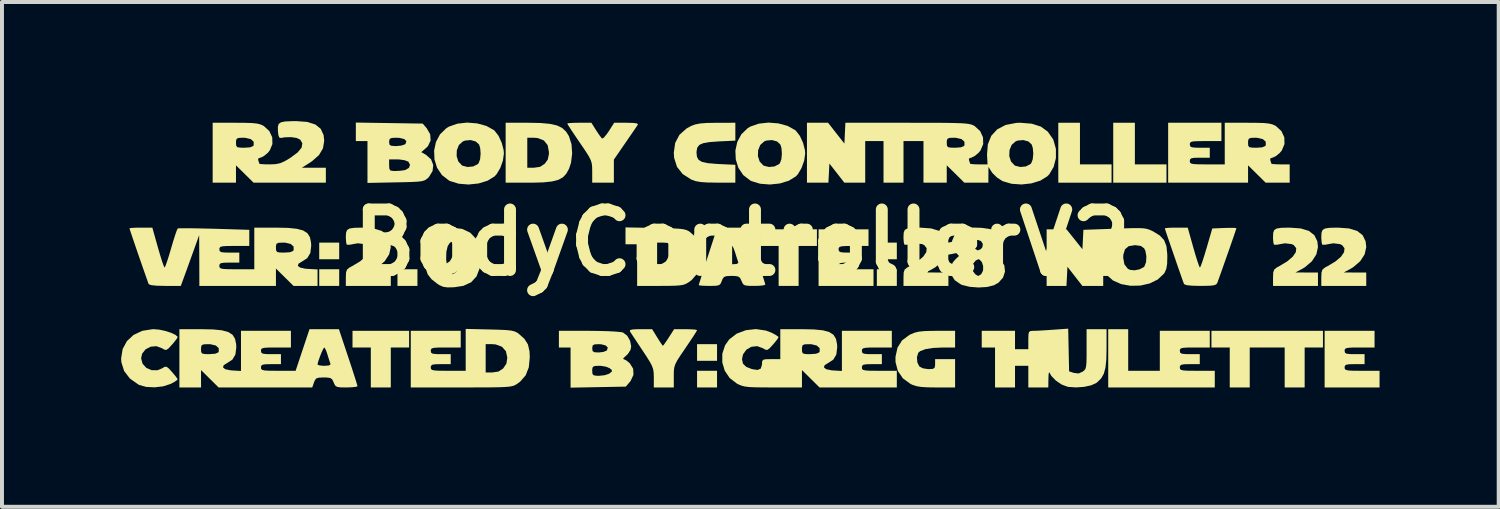
<source format=kicad_pcb>
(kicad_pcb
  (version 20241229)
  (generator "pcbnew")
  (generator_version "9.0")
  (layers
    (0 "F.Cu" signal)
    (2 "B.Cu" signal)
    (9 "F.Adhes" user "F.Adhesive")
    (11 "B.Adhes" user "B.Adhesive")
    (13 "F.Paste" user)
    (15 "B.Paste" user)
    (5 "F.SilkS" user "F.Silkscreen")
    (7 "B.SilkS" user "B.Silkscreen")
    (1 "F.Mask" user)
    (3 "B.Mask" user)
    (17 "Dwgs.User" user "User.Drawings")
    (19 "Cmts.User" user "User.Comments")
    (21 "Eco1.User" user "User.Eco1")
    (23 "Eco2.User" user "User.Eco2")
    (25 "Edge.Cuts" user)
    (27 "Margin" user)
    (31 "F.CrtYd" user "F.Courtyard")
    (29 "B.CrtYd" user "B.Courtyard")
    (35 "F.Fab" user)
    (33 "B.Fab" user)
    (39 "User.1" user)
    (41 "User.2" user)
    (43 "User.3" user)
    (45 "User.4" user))
  (footprint "BodyControllerV2"
    (layer "F.Cu")
    (at 15.634 3.059)
    (property "Reference" "BodyControllerV2" (at 0 0 0) (layer "F.SilkS") (effects (font (size 1.524 1.524) (thickness 0.3))))
    (attr board_only exclude_from_pos_files exclude_from_bom)
    (fp_poly (pts (xy -10.143 0.419) (xy -10.646 0.419) (xy -10.646 0) (xy -10.143 0)) (stroke (width 0) (type solid)) (fill yes) (layer "F.SilkS"))
    (fp_poly (pts (xy -10.143 1.09) (xy -10.646 1.09) (xy -10.646 0.671) (xy -10.143 0.671)) (stroke (width 0) (type solid)) (fill yes) (layer "F.SilkS"))
    (fp_poly (pts (xy -8.173 1.09) (xy -8.676 1.09) (xy -8.676 0.671) (xy -8.173 0.671)) (stroke (width 0) (type solid)) (fill yes) (layer "F.SilkS"))
    (fp_poly (pts (xy -0.629 2.976) (xy -1.132 2.976) (xy -1.132 2.557) (xy -0.629 2.557)) (stroke (width 0) (type solid)) (fill yes) (layer "F.SilkS"))
    (fp_poly (pts (xy -0.629 3.647) (xy -1.132 3.647) (xy -1.132 3.227) (xy -0.629 3.227)) (stroke (width 0) (type solid)) (fill yes) (layer "F.SilkS"))
    (fp_poly (pts (xy 3.898 0.419) (xy 3.395 0.419) (xy 3.395 0) (xy 3.898 0)) (stroke (width 0) (type solid)) (fill yes) (layer "F.SilkS"))
    (fp_poly (pts (xy 3.898 1.09) (xy 3.395 1.09) (xy 3.395 0.671) (xy 3.898 0.671)) (stroke (width 0) (type solid)) (fill yes) (layer "F.SilkS"))
    (fp_poly (pts (xy 8.509 -1.97) (xy 9.305 -1.97) (xy 9.305 -1.509) (xy 7.964 -1.509) (xy 7.964 -3.018) (xy 8.509 -3.018)) (stroke (width 0) (type solid)) (fill yes) (layer "F.SilkS"))
    (fp_poly (pts (xy 9.892 -1.97) (xy 10.688 -1.97) (xy 10.688 -1.509) (xy 9.347 -1.509) (xy 9.347 -3.018) (xy 9.892 -3.018)) (stroke (width 0) (type solid)) (fill yes) (layer "F.SilkS"))
    (fp_poly (pts (xy -8.383 2.641) (xy -8.844 2.641) (xy -8.844 3.647) (xy -9.347 3.647) (xy -9.347 2.641) (xy -9.808 2.641) (xy -9.808 2.221) (xy -8.383 2.221)) (stroke (width 0) (type solid)) (fill yes) (layer "F.SilkS"))
    (fp_poly (pts (xy 1.886 0.084) (xy 1.425 0.084) (xy 1.425 1.09) (xy 0.922 1.09) (xy 0.922 0.084) (xy 0.461 0.084) (xy 0.461 -0.335) (xy 1.886 -0.335)) (stroke (width 0) (type solid)) (fill yes) (layer "F.SilkS"))
    (fp_poly (pts (xy 14.628 2.641) (xy 14.167 2.641) (xy 14.167 3.647) (xy 13.664 3.647) (xy 13.664 2.641) (xy 12.784 2.641) (xy 12.784 3.647) (xy 12.281 3.647) (xy 12.281 2.641) (xy 11.82 2.641) (xy 11.82 2.221) (xy 14.628 2.221)) (stroke (width 0) (type solid)) (fill yes) (layer "F.SilkS"))
    (fp_poly (pts (xy 3.185 0.084) (xy 2.808 0.084) (xy 2.629 0.085) (xy 2.518 0.092) (xy 2.458 0.107) (xy 2.435 0.135) (xy 2.431 0.168) (xy 2.44 0.214) (xy 2.481 0.24) (xy 2.571 0.25) (xy 2.683 0.251) (xy 2.934 0.251) (xy 2.934 0.503) (xy 2.683 0.503) (xy 2.542 0.506) (xy 2.466 0.519) (xy 2.436 0.55) (xy 2.431 0.587) (xy 2.437 0.624) (xy 2.463 0.648) (xy 2.525 0.662) (xy 2.638 0.669) (xy 2.816 0.671) (xy 2.871 0.671) (xy 3.311 0.671) (xy 3.311 1.09) (xy 1.928 1.09) (xy 1.928 -0.335) (xy 3.185 -0.335)) (stroke (width 0) (type solid)) (fill yes) (layer "F.SilkS"))
    (fp_poly (pts (xy 15.927 2.641) (xy 15.55 2.641) (xy 15.371 2.642) (xy 15.26 2.649) (xy 15.2 2.664) (xy 15.177 2.691) (xy 15.173 2.724) (xy 15.182 2.771) (xy 15.222 2.797) (xy 15.313 2.807) (xy 15.424 2.808) (xy 15.676 2.808) (xy 15.676 3.06) (xy 15.424 3.06) (xy 15.284 3.063) (xy 15.208 3.076) (xy 15.178 3.106) (xy 15.173 3.144) (xy 15.178 3.181) (xy 15.205 3.205) (xy 15.267 3.219) (xy 15.38 3.226) (xy 15.558 3.227) (xy 15.613 3.227) (xy 16.053 3.227) (xy 16.053 3.647) (xy 14.67 3.647) (xy 14.67 2.221) (xy 15.927 2.221)) (stroke (width 0) (type solid)) (fill yes) (layer "F.SilkS"))
    (fp_poly (pts (xy 9.724 3.227) (xy 10.52 3.227) (xy 10.52 2.221) (xy 11.778 2.221) (xy 11.778 2.641) (xy 11.401 2.641) (xy 11.221 2.642) (xy 11.11 2.649) (xy 11.051 2.664) (xy 11.027 2.691) (xy 11.023 2.724) (xy 11.033 2.771) (xy 11.073 2.797) (xy 11.164 2.807) (xy 11.275 2.808) (xy 11.526 2.808) (xy 11.526 3.06) (xy 11.275 3.06) (xy 11.134 3.063) (xy 11.059 3.076) (xy 11.028 3.106) (xy 11.023 3.144) (xy 11.029 3.181) (xy 11.055 3.205) (xy 11.118 3.219) (xy 11.23 3.226) (xy 11.408 3.227) (xy 11.464 3.227) (xy 11.904 3.227) (xy 11.904 3.647) (xy 9.221 3.647) (xy 9.221 2.18) (xy 9.724 2.18)) (stroke (width 0) (type solid)) (fill yes) (layer "F.SilkS"))
    (fp_poly (pts (xy -5.072 -3.012) (xy -4.836 -2.99) (xy -4.659 -2.95) (xy -4.528 -2.886) (xy -4.43 -2.795) (xy -4.358 -2.68) (xy -4.294 -2.48) (xy -4.277 -2.246) (xy -4.306 -2.01) (xy -4.357 -1.857) (xy -4.425 -1.735) (xy -4.51 -1.644) (xy -4.626 -1.58) (xy -4.785 -1.54) (xy -4.998 -1.517) (xy -5.279 -1.509) (xy -5.363 -1.509) (xy -5.952 -1.509) (xy -5.952 -1.886) (xy -5.407 -1.886) (xy -5.237 -1.886) (xy -5.085 -1.908) (xy -4.969 -1.985) (xy -4.965 -1.989) (xy -4.892 -2.09) (xy -4.864 -2.218) (xy -4.862 -2.279) (xy -4.894 -2.453) (xy -4.989 -2.572) (xy -5.144 -2.633) (xy -5.245 -2.641) (xy -5.407 -2.641) (xy -5.407 -1.886) (xy -5.952 -1.886) (xy -5.952 -3.018) (xy -5.378 -3.018)) (stroke (width 0) (type solid)) (fill yes) (layer "F.SilkS"))
    (fp_poly (pts (xy -0.168 -2.568) (xy -0.59 -2.548) (xy -0.818 -2.531) (xy -0.976 -2.504) (xy -1.075 -2.46) (xy -1.127 -2.392) (xy -1.145 -2.295) (xy -1.146 -2.263) (xy -1.134 -2.157) (xy -1.092 -2.082) (xy -1.007 -2.032) (xy -0.866 -2.001) (xy -0.657 -1.983) (xy -0.59 -1.979) (xy -0.168 -1.959) (xy -0.168 -1.509) (xy -0.639 -1.51) (xy -0.873 -1.514) (xy -1.044 -1.526) (xy -1.171 -1.549) (xy -1.273 -1.586) (xy -1.278 -1.588) (xy -1.494 -1.726) (xy -1.637 -1.907) (xy -1.709 -2.132) (xy -1.718 -2.263) (xy -1.683 -2.511) (xy -1.576 -2.714) (xy -1.397 -2.874) (xy -1.278 -2.939) (xy -1.177 -2.976) (xy -1.052 -3) (xy -0.884 -3.013) (xy -0.653 -3.017) (xy -0.639 -3.017) (xy -0.168 -3.018)) (stroke (width 0) (type solid)) (fill yes) (layer "F.SilkS"))
    (fp_poly (pts (xy -2.741 -3.014) (xy -2.649 -3.002) (xy -2.621 -2.98) (xy -2.625 -2.968) (xy -2.66 -2.915) (xy -2.732 -2.809) (xy -2.831 -2.665) (xy -2.942 -2.504) (xy -3.227 -2.09) (xy -3.227 -1.509) (xy -3.772 -1.509) (xy -3.772 -1.786) (xy -3.774 -1.9) (xy -3.783 -1.99) (xy -3.807 -2.073) (xy -3.854 -2.168) (xy -3.932 -2.292) (xy -4.047 -2.462) (xy -4.087 -2.52) (xy -4.203 -2.691) (xy -4.3 -2.836) (xy -4.368 -2.942) (xy -4.4 -2.995) (xy -4.401 -2.998) (xy -4.363 -3.008) (xy -4.261 -3.015) (xy -4.118 -3.018) (xy -4.097 -3.018) (xy -3.793 -3.018) (xy -3.674 -2.829) (xy -3.601 -2.719) (xy -3.543 -2.641) (xy -3.521 -2.62) (xy -3.483 -2.641) (xy -3.417 -2.717) (xy -3.353 -2.808) (xy -3.219 -3.018) (xy -2.906 -3.018)) (stroke (width 0) (type solid)) (fill yes) (layer "F.SilkS"))
    (fp_poly (pts (xy -9.277 -0.357) (xy -9.072 -0.294) (xy -8.934 -0.186) (xy -8.86 -0.032) (xy -8.844 0.113) (xy -8.884 0.295) (xy -8.997 0.469) (xy -9.171 0.619) (xy -9.259 0.671) (xy -9.41 0.751) (xy -9.127 0.753) (xy -8.844 0.754) (xy -8.844 1.09) (xy -9.976 1.09) (xy -9.976 0.881) (xy -9.971 0.754) (xy -9.947 0.68) (xy -9.885 0.628) (xy -9.814 0.59) (xy -9.617 0.472) (xy -9.478 0.353) (xy -9.402 0.24) (xy -9.391 0.141) (xy -9.452 0.064) (xy -9.503 0.038) (xy -9.671 0.017) (xy -9.774 0.034) (xy -9.879 0.054) (xy -9.946 0.054) (xy -9.953 0.051) (xy -9.967 -0.002) (xy -9.975 -0.106) (xy -9.976 -0.149) (xy -9.97 -0.252) (xy -9.943 -0.319) (xy -9.879 -0.356) (xy -9.764 -0.373) (xy -9.582 -0.377) (xy -9.552 -0.377)) (stroke (width 0) (type solid)) (fill yes) (layer "F.SilkS"))
    (fp_poly (pts (xy 4.765 -0.357) (xy 4.97 -0.294) (xy 5.107 -0.186) (xy 5.182 -0.032) (xy 5.197 0.113) (xy 5.157 0.295) (xy 5.045 0.469) (xy 4.87 0.619) (xy 4.782 0.671) (xy 4.632 0.751) (xy 4.914 0.753) (xy 5.197 0.754) (xy 5.197 1.09) (xy 4.066 1.09) (xy 4.066 0.881) (xy 4.07 0.754) (xy 4.095 0.68) (xy 4.157 0.628) (xy 4.228 0.59) (xy 4.424 0.472) (xy 4.563 0.353) (xy 4.64 0.24) (xy 4.65 0.141) (xy 4.589 0.064) (xy 4.538 0.038) (xy 4.37 0.017) (xy 4.268 0.034) (xy 4.162 0.054) (xy 4.095 0.054) (xy 4.089 0.051) (xy 4.074 -0.002) (xy 4.066 -0.106) (xy 4.066 -0.149) (xy 4.071 -0.252) (xy 4.098 -0.319) (xy 4.162 -0.356) (xy 4.277 -0.373) (xy 4.459 -0.377) (xy 4.49 -0.377)) (stroke (width 0) (type solid)) (fill yes) (layer "F.SilkS"))
    (fp_poly (pts (xy 14.07 -0.357) (xy 14.275 -0.294) (xy 14.412 -0.186) (xy 14.487 -0.032) (xy 14.502 0.113) (xy 14.462 0.295) (xy 14.35 0.469) (xy 14.175 0.619) (xy 14.087 0.671) (xy 13.936 0.751) (xy 14.219 0.753) (xy 14.502 0.754) (xy 14.502 1.09) (xy 13.371 1.09) (xy 13.371 0.881) (xy 13.375 0.754) (xy 13.4 0.68) (xy 13.462 0.628) (xy 13.533 0.59) (xy 13.729 0.472) (xy 13.868 0.353) (xy 13.945 0.24) (xy 13.955 0.141) (xy 13.894 0.064) (xy 13.843 0.038) (xy 13.675 0.017) (xy 13.573 0.034) (xy 13.467 0.054) (xy 13.4 0.054) (xy 13.394 0.051) (xy 13.379 -0.002) (xy 13.371 -0.106) (xy 13.371 -0.149) (xy 13.376 -0.252) (xy 13.403 -0.319) (xy 13.467 -0.356) (xy 13.582 -0.373) (xy 13.764 -0.377) (xy 13.795 -0.377)) (stroke (width 0) (type solid)) (fill yes) (layer "F.SilkS"))
    (fp_poly (pts (xy 15.285 -0.357) (xy 15.49 -0.294) (xy 15.628 -0.186) (xy 15.702 -0.032) (xy 15.718 0.113) (xy 15.678 0.295) (xy 15.565 0.469) (xy 15.39 0.619) (xy 15.303 0.671) (xy 15.152 0.751) (xy 15.435 0.753) (xy 15.718 0.754) (xy 15.718 1.09) (xy 14.586 1.09) (xy 14.586 0.881) (xy 14.591 0.754) (xy 14.615 0.68) (xy 14.677 0.628) (xy 14.748 0.59) (xy 14.945 0.472) (xy 15.084 0.353) (xy 15.16 0.24) (xy 15.17 0.141) (xy 15.11 0.064) (xy 15.058 0.038) (xy 14.89 0.017) (xy 14.788 0.034) (xy 14.682 0.054) (xy 14.616 0.054) (xy 14.609 0.051) (xy 14.595 -0.002) (xy 14.587 -0.106) (xy 14.586 -0.149) (xy 14.592 -0.252) (xy 14.619 -0.319) (xy 14.682 -0.356) (xy 14.798 -0.373) (xy 14.979 -0.377) (xy 15.01 -0.377)) (stroke (width 0) (type solid)) (fill yes) (layer "F.SilkS"))
    (fp_poly (pts (xy 5.365 2.641) (xy 5.061 2.641) (xy 4.813 2.652) (xy 4.617 2.683) (xy 4.485 2.733) (xy 4.436 2.776) (xy 4.404 2.888) (xy 4.415 3.018) (xy 4.466 3.119) (xy 4.467 3.12) (xy 4.554 3.165) (xy 4.682 3.185) (xy 4.697 3.185) (xy 4.804 3.18) (xy 4.85 3.152) (xy 4.862 3.083) (xy 4.862 3.06) (xy 4.862 2.934) (xy 5.365 2.934) (xy 5.365 3.647) (xy 4.893 3.647) (xy 4.672 3.644) (xy 4.513 3.634) (xy 4.395 3.615) (xy 4.297 3.583) (xy 4.243 3.558) (xy 4.051 3.419) (xy 3.923 3.231) (xy 3.865 3.006) (xy 3.864 2.876) (xy 3.916 2.643) (xy 4.03 2.462) (xy 4.213 2.326) (xy 4.247 2.309) (xy 4.345 2.268) (xy 4.452 2.242) (xy 4.59 2.228) (xy 4.781 2.222) (xy 4.896 2.221) (xy 5.365 2.221)) (stroke (width 0) (type solid)) (fill yes) (layer "F.SilkS"))
    (fp_poly (pts (xy -2.182 -0.369) (xy -1.91 -0.364) (xy -1.709 -0.357) (xy -1.565 -0.348) (xy -1.464 -0.334) (xy -1.395 -0.315) (xy -1.342 -0.289) (xy -1.315 -0.27) (xy -1.164 -0.136) (xy -1.074 0.005) (xy -1.033 0.179) (xy -1.027 0.328) (xy -1.051 0.583) (xy -1.13 0.783) (xy -1.268 0.942) (xy -1.339 0.995) (xy -1.402 1.033) (xy -1.469 1.06) (xy -1.557 1.076) (xy -1.682 1.085) (xy -1.861 1.089) (xy -2.06 1.09) (xy -2.641 1.09) (xy -2.641 0.713) (xy -2.138 0.713) (xy -1.968 0.713) (xy -1.816 0.69) (xy -1.7 0.614) (xy -1.696 0.61) (xy -1.616 0.491) (xy -1.593 0.34) (xy -1.628 0.178) (xy -1.728 0.065) (xy -1.886 0.007) (xy -1.976 0) (xy -2.138 0) (xy -2.138 0.713) (xy -2.641 0.713) (xy -2.641 0.042) (xy -2.934 0.042) (xy -2.934 -0.383)) (stroke (width 0) (type solid)) (fill yes) (layer "F.SilkS"))
    (fp_poly (pts (xy -2.134 2.389) (xy -2.063 2.501) (xy -2.011 2.577) (xy -1.992 2.599) (xy -1.964 2.566) (xy -1.906 2.483) (xy -1.844 2.389) (xy -1.71 2.18) (xy -1.421 2.18) (xy -1.277 2.183) (xy -1.174 2.191) (xy -1.132 2.203) (xy -1.132 2.204) (xy -1.154 2.246) (xy -1.215 2.343) (xy -1.306 2.48) (xy -1.417 2.644) (xy -1.425 2.656) (xy -1.547 2.835) (xy -1.63 2.964) (xy -1.68 3.062) (xy -1.707 3.148) (xy -1.717 3.24) (xy -1.718 3.358) (xy -1.718 3.647) (xy -2.221 3.647) (xy -2.221 3.394) (xy -2.224 3.284) (xy -2.236 3.194) (xy -2.266 3.105) (xy -2.322 3) (xy -2.411 2.858) (xy -2.507 2.713) (xy -2.62 2.543) (xy -2.717 2.396) (xy -2.789 2.287) (xy -2.824 2.232) (xy -2.824 2.232) (xy -2.821 2.204) (xy -2.761 2.187) (xy -2.634 2.18) (xy -2.559 2.18) (xy -2.263 2.18)) (stroke (width 0) (type solid)) (fill yes) (layer "F.SilkS"))
    (fp_poly (pts (xy -7.046 -0.345) (xy -6.842 -0.249) (xy -6.696 -0.093) (xy -6.608 0.122) (xy -6.581 0.375) (xy -6.606 0.645) (xy -6.686 0.852) (xy -6.822 0.999) (xy -7.018 1.089) (xy -7.25 1.124) (xy -7.413 1.128) (xy -7.524 1.113) (xy -7.616 1.073) (xy -7.666 1.041) (xy -7.818 0.922) (xy -7.914 0.799) (xy -7.965 0.649) (xy -7.984 0.449) (xy -7.984 0.421) (xy -7.45 0.421) (xy -7.45 0.426) (xy -7.424 0.605) (xy -7.376 0.732) (xy -7.312 0.793) (xy -7.291 0.796) (xy -7.237 0.77) (xy -7.191 0.731) (xy -7.15 0.644) (xy -7.127 0.505) (xy -7.122 0.343) (xy -7.135 0.187) (xy -7.166 0.066) (xy -7.193 0.022) (xy -7.279 -0.026) (xy -7.353 -0.001) (xy -7.411 0.089) (xy -7.445 0.232) (xy -7.45 0.421) (xy -7.984 0.421) (xy -7.985 0.377) (xy -7.98 0.194) (xy -7.964 0.071) (xy -7.93 -0.019) (xy -7.897 -0.07) (xy -7.725 -0.247) (xy -7.523 -0.348) (xy -7.304 -0.377)) (stroke (width 0) (type solid)) (fill yes) (layer "F.SilkS"))
    (fp_poly (pts (xy -14.67 2.192) (xy -14.518 2.225) (xy -14.376 2.271) (xy -14.267 2.322) (xy -14.213 2.37) (xy -14.211 2.382) (xy -14.237 2.427) (xy -14.303 2.511) (xy -14.354 2.57) (xy -14.439 2.663) (xy -14.495 2.702) (xy -14.545 2.695) (xy -14.604 2.66) (xy -14.746 2.608) (xy -14.892 2.621) (xy -15.019 2.687) (xy -15.105 2.797) (xy -15.131 2.913) (xy -15.094 3.05) (xy -14.999 3.154) (xy -14.868 3.212) (xy -14.721 3.214) (xy -14.604 3.167) (xy -14.538 3.128) (xy -14.488 3.127) (xy -14.43 3.172) (xy -14.354 3.256) (xy -14.273 3.352) (xy -14.221 3.423) (xy -14.211 3.444) (xy -14.244 3.476) (xy -14.33 3.529) (xy -14.39 3.559) (xy -14.576 3.619) (xy -14.792 3.644) (xy -15.003 3.633) (xy -15.177 3.585) (xy -15.194 3.577) (xy -15.413 3.423) (xy -15.558 3.234) (xy -15.628 3.012) (xy -15.634 2.917) (xy -15.596 2.68) (xy -15.488 2.48) (xy -15.32 2.324) (xy -15.102 2.221) (xy -14.841 2.18) (xy -14.811 2.18)) (stroke (width 0) (type solid)) (fill yes) (layer "F.SilkS"))
    (fp_poly (pts (xy -6.671 -3.002) (xy -6.439 -2.939) (xy -6.252 -2.835) (xy -6.23 -2.817) (xy -6.131 -2.689) (xy -6.05 -2.513) (xy -6.002 -2.327) (xy -5.996 -2.242) (xy -6.021 -2.064) (xy -6.087 -1.879) (xy -6.18 -1.723) (xy -6.23 -1.668) (xy -6.409 -1.558) (xy -6.636 -1.489) (xy -6.886 -1.463) (xy -7.133 -1.483) (xy -7.351 -1.55) (xy -7.379 -1.564) (xy -7.556 -1.701) (xy -7.678 -1.883) (xy -7.744 -2.094) (xy -7.747 -2.179) (xy -7.186 -2.179) (xy -7.143 -2.042) (xy -7.051 -1.944) (xy -7.039 -1.937) (xy -6.909 -1.904) (xy -6.769 -1.918) (xy -6.656 -1.975) (xy -6.633 -2) (xy -6.595 -2.099) (xy -6.582 -2.24) (xy -6.593 -2.382) (xy -6.622 -2.472) (xy -6.705 -2.547) (xy -6.832 -2.582) (xy -6.971 -2.57) (xy -7.027 -2.549) (xy -7.128 -2.459) (xy -7.181 -2.326) (xy -7.186 -2.179) (xy -7.747 -2.179) (xy -7.753 -2.316) (xy -7.707 -2.533) (xy -7.604 -2.727) (xy -7.445 -2.881) (xy -7.379 -2.921) (xy -7.167 -2.995) (xy -6.922 -3.022)) (stroke (width 0) (type solid)) (fill yes) (layer "F.SilkS"))
    (fp_poly (pts (xy 0.915 -3.002) (xy 1.147 -2.939) (xy 1.334 -2.835) (xy 1.356 -2.817) (xy 1.456 -2.689) (xy 1.537 -2.513) (xy 1.584 -2.327) (xy 1.591 -2.242) (xy 1.565 -2.064) (xy 1.499 -1.879) (xy 1.407 -1.723) (xy 1.356 -1.668) (xy 1.178 -1.558) (xy 0.951 -1.489) (xy 0.701 -1.463) (xy 0.454 -1.483) (xy 0.236 -1.55) (xy 0.208 -1.564) (xy 0.03 -1.701) (xy -0.092 -1.883) (xy -0.157 -2.094) (xy -0.161 -2.179) (xy 0.4 -2.179) (xy 0.444 -2.042) (xy 0.536 -1.944) (xy 0.548 -1.937) (xy 0.678 -1.904) (xy 0.818 -1.918) (xy 0.93 -1.975) (xy 0.954 -2) (xy 0.991 -2.099) (xy 1.004 -2.24) (xy 0.993 -2.382) (xy 0.964 -2.472) (xy 0.882 -2.547) (xy 0.755 -2.582) (xy 0.615 -2.57) (xy 0.56 -2.549) (xy 0.459 -2.459) (xy 0.406 -2.326) (xy 0.4 -2.179) (xy -0.161 -2.179) (xy -0.167 -2.316) (xy -0.12 -2.533) (xy -0.017 -2.727) (xy 0.142 -2.881) (xy 0.208 -2.921) (xy 0.42 -2.995) (xy 0.664 -3.022)) (stroke (width 0) (type solid)) (fill yes) (layer "F.SilkS"))
    (fp_poly (pts (xy 11.364 0.126) (xy 11.419 0.317) (xy 11.469 0.474) (xy 11.507 0.583) (xy 11.529 0.628) (xy 11.53 0.629) (xy 11.55 0.591) (xy 11.588 0.488) (xy 11.638 0.335) (xy 11.694 0.148) (xy 11.698 0.136) (xy 11.841 -0.356) (xy 12.145 -0.369) (xy 12.292 -0.372) (xy 12.4 -0.371) (xy 12.448 -0.364) (xy 12.449 -0.363) (xy 12.435 -0.321) (xy 12.4 -0.215) (xy 12.347 -0.061) (xy 12.283 0.124) (xy 12.212 0.326) (xy 12.141 0.528) (xy 12.075 0.715) (xy 12.019 0.871) (xy 11.98 0.98) (xy 11.966 1.016) (xy 11.941 1.051) (xy 11.888 1.073) (xy 11.791 1.085) (xy 11.634 1.089) (xy 11.542 1.09) (xy 11.332 1.085) (xy 11.199 1.072) (xy 11.135 1.048) (xy 11.127 1.037) (xy 11.093 0.944) (xy 11.042 0.799) (xy 10.979 0.619) (xy 10.91 0.418) (xy 10.839 0.212) (xy 10.772 0.017) (xy 10.714 -0.152) (xy 10.671 -0.28) (xy 10.649 -0.35) (xy 10.646 -0.359) (xy 10.685 -0.368) (xy 10.785 -0.375) (xy 10.927 -0.377) (xy 10.934 -0.377) (xy 11.223 -0.377)) (stroke (width 0) (type solid)) (fill yes) (layer "F.SilkS"))
    (fp_poly (pts (xy 8.236 3.241) (xy 8.353 3.28) (xy 8.474 3.295) (xy 8.573 3.251) (xy 8.617 3.219) (xy 8.646 3.18) (xy 8.663 3.117) (xy 8.673 3.015) (xy 8.676 2.859) (xy 8.676 2.682) (xy 8.676 2.18) (xy 9.179 2.18) (xy 9.179 2.672) (xy 9.173 2.945) (xy 9.151 3.151) (xy 9.109 3.304) (xy 9.042 3.42) (xy 8.945 3.515) (xy 8.919 3.535) (xy 8.792 3.593) (xy 8.612 3.632) (xy 8.411 3.646) (xy 8.219 3.633) (xy 8.197 3.629) (xy 8.049 3.574) (xy 7.903 3.475) (xy 7.79 3.358) (xy 7.753 3.294) (xy 7.732 3.263) (xy 7.72 3.305) (xy 7.715 3.423) (xy 7.715 3.426) (xy 7.712 3.647) (xy 7.209 3.647) (xy 7.209 3.102) (xy 6.874 3.102) (xy 6.874 3.647) (xy 6.371 3.647) (xy 6.371 2.641) (xy 6.036 2.641) (xy 6.036 2.221) (xy 6.874 2.221) (xy 6.874 2.683) (xy 7.209 2.683) (xy 7.209 2.452) (xy 7.212 2.32) (xy 7.225 2.252) (xy 7.262 2.226) (xy 7.329 2.221) (xy 7.424 2.219) (xy 7.576 2.211) (xy 7.757 2.199) (xy 7.83 2.194) (xy 8.213 2.167)) (stroke (width 0) (type solid)) (fill yes) (layer "F.SilkS"))
    (fp_poly (pts (xy 0.353 0.325) (xy 0.429 0.554) (xy 0.494 0.755) (xy 0.545 0.915) (xy 0.577 1.021) (xy 0.587 1.058) (xy 0.549 1.074) (xy 0.448 1.086) (xy 0.311 1.09) (xy 0.162 1.088) (xy 0.075 1.076) (xy 0.027 1.046) (xy -0.003 0.988) (xy -0.013 0.964) (xy -0.049 0.888) (xy -0.102 0.851) (xy -0.197 0.839) (xy -0.263 0.838) (xy -0.387 0.843) (xy -0.455 0.866) (xy -0.493 0.922) (xy -0.509 0.964) (xy -0.538 1.032) (xy -0.577 1.07) (xy -0.65 1.086) (xy -0.779 1.09) (xy -0.821 1.09) (xy -0.959 1.087) (xy -1.056 1.08) (xy -1.09 1.071) (xy -1.077 1.027) (xy -1.043 0.916) (xy -0.991 0.752) (xy -0.925 0.547) (xy -0.915 0.513) (xy -0.419 0.513) (xy -0.382 0.533) (xy -0.288 0.544) (xy -0.247 0.545) (xy -0.136 0.538) (xy -0.095 0.512) (xy -0.097 0.486) (xy -0.123 0.411) (xy -0.16 0.294) (xy -0.171 0.256) (xy -0.208 0.151) (xy -0.241 0.09) (xy -0.25 0.084) (xy -0.276 0.119) (xy -0.317 0.206) (xy -0.361 0.318) (xy -0.399 0.426) (xy -0.419 0.503) (xy -0.419 0.513) (xy -0.915 0.513) (xy -0.857 0.337) (xy -0.625 -0.377) (xy 0.119 -0.377)) (stroke (width 0) (type solid)) (fill yes) (layer "F.SilkS"))
    (fp_poly (pts (xy 10.008 -0.365) (xy 10.116 -0.359) (xy 10.197 -0.345) (xy 10.264 -0.323) (xy 10.332 -0.292) (xy 10.348 -0.284) (xy 10.518 -0.18) (xy 10.628 -0.063) (xy 10.687 0.089) (xy 10.708 0.297) (xy 10.709 0.356) (xy 10.704 0.537) (xy 10.683 0.661) (xy 10.643 0.752) (xy 10.623 0.783) (xy 10.468 0.929) (xy 10.263 1.029) (xy 10.029 1.082) (xy 9.784 1.087) (xy 9.548 1.045) (xy 9.342 0.954) (xy 9.186 0.817) (xy 9.095 0.701) (xy 9.095 1.09) (xy 8.57 1.09) (xy 8.382 0.849) (xy 8.194 0.608) (xy 8.182 0.849) (xy 8.169 1.09) (xy 7.67 1.09) (xy 7.67 0.377) (xy 9.598 0.377) (xy 9.627 0.545) (xy 9.712 0.656) (xy 9.766 0.685) (xy 9.88 0.698) (xy 10.009 0.673) (xy 10.112 0.62) (xy 10.133 0.599) (xy 10.174 0.489) (xy 10.182 0.345) (xy 10.157 0.207) (xy 10.126 0.145) (xy 10.046 0.085) (xy 9.909 0.065) (xy 9.892 0.065) (xy 9.737 0.089) (xy 9.643 0.168) (xy 9.601 0.308) (xy 9.598 0.377) (xy 7.67 0.377) (xy 7.67 -0.335) (xy 8.171 -0.335) (xy 8.571 0.166) (xy 8.596 -0.322) (xy 9.377 -0.35) (xy 9.653 -0.36) (xy 9.858 -0.365)) (stroke (width 0) (type solid)) (fill yes) (layer "F.SilkS"))
    (fp_poly (pts (xy -8.882 -3.01) (xy -8.04 -2.997) (xy -7.939 -2.879) (xy -7.852 -2.727) (xy -7.841 -2.572) (xy -7.907 -2.431) (xy -7.958 -2.38) (xy -8.077 -2.279) (xy -7.957 -2.21) (xy -7.83 -2.097) (xy -7.775 -1.954) (xy -7.792 -1.801) (xy -7.883 -1.653) (xy -7.908 -1.628) (xy -7.95 -1.592) (xy -7.998 -1.566) (xy -8.064 -1.547) (xy -8.163 -1.535) (xy -8.309 -1.527) (xy -8.514 -1.521) (xy -8.721 -1.517) (xy -9.431 -1.503) (xy -9.431 -1.949) (xy -8.886 -1.949) (xy -8.88 -1.853) (xy -8.846 -1.812) (xy -8.76 -1.803) (xy -8.729 -1.803) (xy -8.597 -1.81) (xy -8.488 -1.826) (xy -8.48 -1.828) (xy -8.389 -1.88) (xy -8.359 -1.957) (xy -8.398 -2.033) (xy -8.41 -2.042) (xy -8.494 -2.074) (xy -8.623 -2.093) (xy -8.684 -2.096) (xy -8.886 -2.096) (xy -8.886 -1.949) (xy -9.431 -1.949) (xy -9.431 -2.536) (xy -8.886 -2.536) (xy -8.878 -2.47) (xy -8.838 -2.44) (xy -8.745 -2.431) (xy -8.702 -2.431) (xy -8.579 -2.443) (xy -8.49 -2.473) (xy -8.473 -2.487) (xy -8.451 -2.555) (xy -8.503 -2.607) (xy -8.62 -2.636) (xy -8.706 -2.641) (xy -8.819 -2.636) (xy -8.871 -2.612) (xy -8.885 -2.557) (xy -8.886 -2.536) (xy -9.431 -2.536) (xy -9.431 -2.557) (xy -9.724 -2.557) (xy -9.724 -3.023)) (stroke (width 0) (type solid)) (fill yes) (layer "F.SilkS"))
    (fp_poly (pts (xy -3.609 2.224) (xy -3.381 2.23) (xy -3.192 2.24) (xy -3.057 2.252) (xy -2.998 2.263) (xy -2.892 2.343) (xy -2.819 2.47) (xy -2.791 2.612) (xy -2.806 2.697) (xy -2.871 2.801) (xy -2.941 2.867) (xy -2.992 2.914) (xy -2.984 2.934) (xy -2.983 2.934) (xy -2.92 2.962) (xy -2.836 3.029) (xy -2.827 3.037) (xy -2.741 3.175) (xy -2.733 3.328) (xy -2.804 3.481) (xy -2.825 3.508) (xy -2.927 3.626) (xy -3.622 3.639) (xy -4.317 3.652) (xy -4.317 3.227) (xy -3.772 3.227) (xy -3.766 3.306) (xy -3.733 3.342) (xy -3.65 3.353) (xy -3.592 3.353) (xy -3.459 3.339) (xy -3.35 3.303) (xy -3.33 3.29) (xy -3.273 3.24) (xy -3.284 3.202) (xy -3.33 3.165) (xy -3.422 3.125) (xy -3.553 3.103) (xy -3.592 3.102) (xy -3.704 3.106) (xy -3.757 3.129) (xy -3.772 3.187) (xy -3.772 3.227) (xy -4.317 3.227) (xy -4.317 2.662) (xy -3.772 2.662) (xy -3.763 2.73) (xy -3.718 2.76) (xy -3.615 2.766) (xy -3.61 2.766) (xy -3.493 2.753) (xy -3.411 2.72) (xy -3.401 2.711) (xy -3.38 2.642) (xy -3.432 2.59) (xy -3.545 2.56) (xy -3.613 2.557) (xy -3.718 2.563) (xy -3.763 2.593) (xy -3.772 2.662) (xy -4.317 2.662) (xy -4.317 2.641) (xy -4.611 2.641) (xy -4.611 2.221) (xy -3.859 2.221)) (stroke (width 0) (type solid)) (fill yes) (layer "F.SilkS"))
    (fp_poly (pts (xy 6.034 -0.372) (xy 6.227 -0.345) (xy 6.382 -0.3) (xy 6.444 -0.266) (xy 6.537 -0.153) (xy 6.578 -0.01) (xy 6.564 0.133) (xy 6.496 0.243) (xy 6.407 0.326) (xy 6.515 0.433) (xy 6.605 0.574) (xy 6.622 0.729) (xy 6.573 0.88) (xy 6.46 1.007) (xy 6.346 1.073) (xy 6.171 1.117) (xy 5.954 1.13) (xy 5.733 1.113) (xy 5.542 1.066) (xy 5.509 1.052) (xy 5.357 0.947) (xy 5.269 0.809) (xy 5.25 0.656) (xy 5.259 0.629) (xy 5.784 0.629) (xy 5.81 0.712) (xy 5.871 0.794) (xy 5.937 0.837) (xy 5.946 0.838) (xy 5.999 0.812) (xy 6.027 0.788) (xy 6.07 0.701) (xy 6.072 0.592) (xy 6.04 0.491) (xy 5.981 0.427) (xy 5.946 0.419) (xy 5.882 0.453) (xy 5.819 0.531) (xy 5.785 0.616) (xy 5.784 0.629) (xy 5.259 0.629) (xy 5.303 0.505) (xy 5.373 0.421) (xy 5.464 0.336) (xy 5.373 0.239) (xy 5.294 0.104) (xy 5.294 0.09) (xy 5.816 0.09) (xy 5.854 0.147) (xy 5.938 0.197) (xy 6.014 0.164) (xy 6.053 0.114) (xy 6.064 0.033) (xy 6.019 -0.037) (xy 5.941 -0.068) (xy 5.9 -0.061) (xy 5.821 0.002) (xy 5.816 0.09) (xy 5.294 0.09) (xy 5.288 -0.04) (xy 5.345 -0.176) (xy 5.46 -0.287) (xy 5.623 -0.356) (xy 5.643 -0.36) (xy 5.83 -0.379)) (stroke (width 0) (type solid)) (fill yes) (layer "F.SilkS"))
    (fp_poly (pts (xy -6.353 2.187) (xy -6.11 2.194) (xy -5.935 2.202) (xy -5.813 2.215) (xy -5.73 2.235) (xy -5.668 2.263) (xy -5.632 2.287) (xy -5.481 2.421) (xy -5.391 2.562) (xy -5.351 2.736) (xy -5.344 2.885) (xy -5.369 3.14) (xy -5.447 3.34) (xy -5.585 3.499) (xy -5.656 3.552) (xy -5.698 3.579) (xy -5.742 3.6) (xy -5.798 3.616) (xy -5.875 3.628) (xy -5.984 3.636) (xy -6.133 3.642) (xy -6.334 3.645) (xy -6.595 3.646) (xy -6.927 3.647) (xy -7.069 3.647) (xy -8.341 3.647) (xy -8.341 3.269) (xy -6.455 3.269) (xy -6.285 3.269) (xy -6.133 3.247) (xy -6.017 3.171) (xy -6.013 3.166) (xy -5.933 3.048) (xy -5.91 2.897) (xy -5.945 2.735) (xy -6.045 2.622) (xy -6.204 2.563) (xy -6.293 2.557) (xy -6.455 2.557) (xy -6.455 3.269) (xy -8.341 3.269) (xy -8.341 2.221) (xy -7.083 2.221) (xy -7.083 2.641) (xy -7.461 2.641) (xy -7.64 2.642) (xy -7.751 2.649) (xy -7.811 2.664) (xy -7.834 2.691) (xy -7.838 2.724) (xy -7.829 2.771) (xy -7.788 2.797) (xy -7.698 2.807) (xy -7.586 2.808) (xy -7.335 2.808) (xy -7.335 3.06) (xy -7.586 3.06) (xy -7.727 3.063) (xy -7.803 3.076) (xy -7.833 3.106) (xy -7.838 3.144) (xy -7.832 3.181) (xy -7.806 3.205) (xy -7.744 3.219) (xy -7.631 3.226) (xy -7.453 3.227) (xy -7.398 3.227) (xy -6.958 3.227) (xy -6.958 2.173)) (stroke (width 0) (type solid)) (fill yes) (layer "F.SilkS"))
    (fp_poly (pts (xy 12.071 -2.557) (xy 11.673 -2.557) (xy 11.488 -2.555) (xy 11.371 -2.55) (xy 11.307 -2.536) (xy 11.28 -2.51) (xy 11.275 -2.473) (xy 11.284 -2.426) (xy 11.324 -2.401) (xy 11.415 -2.391) (xy 11.526 -2.389) (xy 11.778 -2.389) (xy 11.778 -2.138) (xy 11.526 -2.138) (xy 11.386 -2.135) (xy 11.31 -2.121) (xy 11.28 -2.091) (xy 11.275 -2.054) (xy 11.28 -2.016) (xy 11.307 -1.992) (xy 11.369 -1.978) (xy 11.482 -1.972) (xy 11.66 -1.97) (xy 11.715 -1.97) (xy 12.155 -1.97) (xy 12.155 -2.515) (xy 12.742 -2.515) (xy 12.746 -2.441) (xy 12.774 -2.403) (xy 12.847 -2.391) (xy 12.953 -2.389) (xy 13.098 -2.399) (xy 13.173 -2.431) (xy 13.188 -2.453) (xy 13.187 -2.542) (xy 13.114 -2.606) (xy 12.981 -2.638) (xy 12.925 -2.641) (xy 12.811 -2.637) (xy 12.758 -2.614) (xy 12.743 -2.558) (xy 12.742 -2.515) (xy 12.155 -2.515) (xy 12.155 -3.018) (xy 12.731 -3.018) (xy 12.97 -3.016) (xy 13.142 -3.011) (xy 13.262 -2.999) (xy 13.349 -2.979) (xy 13.418 -2.95) (xy 13.445 -2.934) (xy 13.582 -2.808) (xy 13.655 -2.651) (xy 13.659 -2.482) (xy 13.593 -2.322) (xy 13.542 -2.26) (xy 13.448 -2.182) (xy 13.365 -2.14) (xy 13.348 -2.138) (xy 13.298 -2.114) (xy 13.303 -2.071) (xy 13.325 -2.005) (xy 13.329 -1.987) (xy 13.367 -1.978) (xy 13.464 -1.972) (xy 13.559 -1.97) (xy 13.79 -1.97) (xy 13.79 -1.509) (xy 13.185 -1.509) (xy 12.963 -1.728) (xy 12.742 -1.946) (xy 12.742 -1.509) (xy 10.73 -1.509) (xy 10.73 -3.018) (xy 12.071 -3.018)) (stroke (width 0) (type solid)) (fill yes) (layer "F.SilkS"))
    (fp_poly (pts (xy -10.948 -3.039) (xy -10.745 -2.975) (xy -10.609 -2.866) (xy -10.536 -2.709) (xy -10.52 -2.564) (xy -10.552 -2.373) (xy -10.652 -2.204) (xy -10.827 -2.05) (xy -10.891 -2.007) (xy -11.082 -1.886) (xy -10.479 -1.886) (xy -10.479 -1.509) (xy -12.299 -1.509) (xy -12.521 -1.728) (xy -12.742 -1.946) (xy -12.742 -1.509) (xy -13.329 -1.509) (xy -13.329 -2.515) (xy -12.742 -2.515) (xy -12.737 -2.441) (xy -12.709 -2.403) (xy -12.636 -2.391) (xy -12.531 -2.389) (xy -12.386 -2.399) (xy -12.31 -2.431) (xy -12.296 -2.453) (xy -12.297 -2.542) (xy -12.37 -2.606) (xy -12.503 -2.638) (xy -12.558 -2.641) (xy -12.672 -2.637) (xy -12.726 -2.614) (xy -12.741 -2.558) (xy -12.742 -2.515) (xy -13.329 -2.515) (xy -13.329 -3.018) (xy -12.752 -3.018) (xy -12.514 -3.016) (xy -12.342 -3.011) (xy -12.221 -2.999) (xy -12.135 -2.979) (xy -12.066 -2.95) (xy -12.039 -2.934) (xy -11.902 -2.808) (xy -11.829 -2.651) (xy -11.825 -2.482) (xy -11.891 -2.322) (xy -11.942 -2.26) (xy -12.036 -2.182) (xy -12.119 -2.14) (xy -12.135 -2.138) (xy -12.186 -2.114) (xy -12.181 -2.071) (xy -12.158 -2.005) (xy -12.155 -1.987) (xy -12.117 -1.978) (xy -12.017 -1.972) (xy -11.893 -1.97) (xy -11.744 -1.976) (xy -11.627 -2) (xy -11.51 -2.052) (xy -11.37 -2.136) (xy -11.189 -2.271) (xy -11.089 -2.392) (xy -11.071 -2.502) (xy -11.124 -2.592) (xy -11.213 -2.635) (xy -11.353 -2.656) (xy -11.512 -2.652) (xy -11.61 -2.635) (xy -11.652 -2.646) (xy -11.676 -2.716) (xy -11.686 -2.813) (xy -11.687 -2.919) (xy -11.666 -2.989) (xy -11.608 -3.03) (xy -11.501 -3.051) (xy -11.33 -3.058) (xy -11.221 -3.059)) (stroke (width 0) (type solid)) (fill yes) (layer "F.SilkS"))
    (fp_poly (pts (xy -13.321 2.186) (xy -13.096 2.208) (xy -12.935 2.252) (xy -12.828 2.321) (xy -12.766 2.422) (xy -12.738 2.558) (xy -12.734 2.636) (xy -12.757 2.82) (xy -12.834 2.948) (xy -12.952 3.025) (xy -13.051 3.086) (xy -13.069 3.142) (xy -13.012 3.188) (xy -12.881 3.215) (xy -12.836 3.219) (xy -12.616 3.232) (xy -12.616 2.221) (xy -11.359 2.221) (xy -11.359 2.641) (xy -11.736 2.641) (xy -11.915 2.642) (xy -12.027 2.649) (xy -12.086 2.664) (xy -12.11 2.691) (xy -12.113 2.724) (xy -12.104 2.771) (xy -12.064 2.797) (xy -11.973 2.807) (xy -11.862 2.808) (xy -11.61 2.808) (xy -11.61 3.06) (xy -11.862 3.06) (xy -12.002 3.063) (xy -12.078 3.076) (xy -12.109 3.106) (xy -12.113 3.144) (xy -12.108 3.181) (xy -12.081 3.205) (xy -12.019 3.219) (xy -11.905 3.226) (xy -11.726 3.227) (xy -11.677 3.227) (xy -11.24 3.227) (xy -11.188 3.07) (xy -10.688 3.07) (xy -10.651 3.09) (xy -10.557 3.101) (xy -10.516 3.102) (xy -10.405 3.094) (xy -10.364 3.069) (xy -10.366 3.043) (xy -10.392 2.968) (xy -10.429 2.851) (xy -10.44 2.813) (xy -10.477 2.707) (xy -10.51 2.647) (xy -10.519 2.641) (xy -10.545 2.676) (xy -10.586 2.763) (xy -10.63 2.875) (xy -10.668 2.983) (xy -10.688 3.06) (xy -10.688 3.07) (xy -11.188 3.07) (xy -10.891 2.18) (xy -10.15 2.18) (xy -9.916 2.882) (xy -9.84 3.111) (xy -9.775 3.312) (xy -9.724 3.472) (xy -9.692 3.578) (xy -9.682 3.615) (xy -9.72 3.631) (xy -9.821 3.642) (xy -9.958 3.647) (xy -10.107 3.645) (xy -10.194 3.633) (xy -10.242 3.602) (xy -10.272 3.545) (xy -10.282 3.521) (xy -10.318 3.445) (xy -10.37 3.408) (xy -10.466 3.396) (xy -10.532 3.395) (xy -10.656 3.4) (xy -10.724 3.423) (xy -10.762 3.479) (xy -10.778 3.521) (xy -10.822 3.647) (xy -13.179 3.647) (xy -13.401 3.428) (xy -13.622 3.209) (xy -13.622 3.647) (xy -14.167 3.647) (xy -14.167 2.683) (xy -13.622 2.683) (xy -13.618 2.757) (xy -13.59 2.794) (xy -13.517 2.807) (xy -13.411 2.808) (xy -13.266 2.798) (xy -13.191 2.767) (xy -13.176 2.745) (xy -13.177 2.656) (xy -13.25 2.591) (xy -13.383 2.559) (xy -13.439 2.557) (xy -13.553 2.561) (xy -13.606 2.583) (xy -13.621 2.639) (xy -13.622 2.683) (xy -14.167 2.683) (xy -14.167 2.18) (xy -13.62 2.18)) (stroke (width 0) (type solid)) (fill yes) (layer "F.SilkS"))
    (fp_poly (pts (xy 0.603 2.215) (xy 0.741 2.267) (xy 0.846 2.323) (xy 0.911 2.368) (xy 0.92 2.382) (xy 0.894 2.427) (xy 0.828 2.511) (xy 0.777 2.57) (xy 0.692 2.663) (xy 0.636 2.702) (xy 0.586 2.695) (xy 0.527 2.66) (xy 0.382 2.607) (xy 0.235 2.623) (xy 0.109 2.697) (xy 0.024 2.816) (xy 0 2.938) (xy 0.025 3.05) (xy 0.109 3.13) (xy 0.25 3.185) (xy 0.39 3.207) (xy 0.472 3.172) (xy 0.502 3.076) (xy 0.503 3.055) (xy 0.507 2.986) (xy 0.534 2.95) (xy 0.603 2.936) (xy 0.733 2.934) (xy 0.964 2.934) (xy 0.964 2.683) (xy 1.509 2.683) (xy 1.513 2.757) (xy 1.541 2.794) (xy 1.614 2.807) (xy 1.72 2.808) (xy 1.865 2.798) (xy 1.94 2.767) (xy 1.955 2.745) (xy 1.954 2.656) (xy 1.881 2.591) (xy 1.748 2.559) (xy 1.692 2.557) (xy 1.578 2.561) (xy 1.525 2.583) (xy 1.51 2.639) (xy 1.509 2.683) (xy 0.964 2.683) (xy 0.964 2.18) (xy 1.511 2.18) (xy 1.81 2.186) (xy 2.035 2.208) (xy 2.196 2.252) (xy 2.303 2.321) (xy 2.365 2.422) (xy 2.393 2.558) (xy 2.397 2.636) (xy 2.374 2.82) (xy 2.297 2.948) (xy 2.179 3.025) (xy 2.08 3.086) (xy 2.062 3.142) (xy 2.119 3.188) (xy 2.25 3.215) (xy 2.295 3.219) (xy 2.515 3.232) (xy 2.515 2.221) (xy 3.772 2.221) (xy 3.772 2.641) (xy 3.395 2.641) (xy 3.216 2.642) (xy 3.104 2.649) (xy 3.045 2.664) (xy 3.021 2.691) (xy 3.018 2.724) (xy 3.027 2.771) (xy 3.067 2.797) (xy 3.158 2.807) (xy 3.269 2.808) (xy 3.521 2.808) (xy 3.521 3.06) (xy 3.269 3.06) (xy 3.129 3.063) (xy 3.053 3.076) (xy 3.022 3.106) (xy 3.018 3.144) (xy 3.023 3.181) (xy 3.05 3.205) (xy 3.112 3.219) (xy 3.225 3.226) (xy 3.403 3.227) (xy 3.458 3.227) (xy 3.898 3.227) (xy 3.898 3.647) (xy 1.952 3.647) (xy 1.73 3.428) (xy 1.509 3.209) (xy 1.509 3.647) (xy 0.782 3.647) (xy 0.515 3.646) (xy 0.318 3.643) (xy 0.174 3.636) (xy 0.07 3.623) (xy -0.01 3.603) (xy -0.08 3.574) (xy -0.13 3.549) (xy -0.311 3.41) (xy -0.435 3.226) (xy -0.497 3.016) (xy -0.496 2.796) (xy -0.427 2.586) (xy -0.322 2.437) (xy -0.133 2.292) (xy 0.099 2.205) (xy 0.351 2.177)) (stroke (width 0) (type solid)) (fill yes) (layer "F.SilkS"))
    (fp_poly (pts (xy -14.707 0.126) (xy -14.651 0.317) (xy -14.602 0.474) (xy -14.563 0.583) (xy -14.541 0.628) (xy -14.54 0.629) (xy -14.519 0.591) (xy -14.482 0.488) (xy -14.432 0.335) (xy -14.377 0.149) (xy -14.376 0.145) (xy -14.32 -0.044) (xy -14.27 -0.202) (xy -14.231 -0.311) (xy -14.208 -0.357) (xy -14.208 -0.357) (xy -14.159 -0.361) (xy -14.039 -0.362) (xy -13.861 -0.361) (xy -13.637 -0.357) (xy -13.38 -0.351) (xy -13.292 -0.349) (xy -12.407 -0.322) (xy -12.407 0.084) (xy -12.784 0.084) (xy -12.963 0.085) (xy -13.074 0.092) (xy -13.134 0.107) (xy -13.157 0.135) (xy -13.161 0.168) (xy -13.152 0.214) (xy -13.112 0.24) (xy -13.021 0.25) (xy -12.91 0.251) (xy -12.658 0.251) (xy -12.658 0.503) (xy -12.91 0.503) (xy -13.05 0.506) (xy -13.126 0.519) (xy -13.156 0.55) (xy -13.161 0.587) (xy -13.156 0.624) (xy -13.129 0.648) (xy -13.067 0.662) (xy -12.954 0.669) (xy -12.776 0.671) (xy -12.721 0.671) (xy -12.281 0.671) (xy -12.281 0.126) (xy -11.736 0.126) (xy -11.731 0.2) (xy -11.703 0.237) (xy -11.631 0.25) (xy -11.525 0.251) (xy -11.38 0.242) (xy -11.304 0.21) (xy -11.29 0.188) (xy -11.291 0.099) (xy -11.364 0.034) (xy -11.497 0.002) (xy -11.552 0) (xy -11.666 0.004) (xy -11.72 0.026) (xy -11.735 0.083) (xy -11.736 0.126) (xy -12.281 0.126) (xy -12.281 -0.377) (xy -11.734 -0.377) (xy -11.435 -0.371) (xy -11.21 -0.348) (xy -11.049 -0.305) (xy -10.942 -0.235) (xy -10.879 -0.135) (xy -10.852 0.001) (xy -10.848 0.08) (xy -10.87 0.263) (xy -10.948 0.392) (xy -11.066 0.468) (xy -11.166 0.529) (xy -11.185 0.584) (xy -11.128 0.628) (xy -10.998 0.657) (xy -10.929 0.662) (xy -10.688 0.675) (xy -10.688 1.09) (xy -11.293 1.09) (xy -11.515 0.871) (xy -11.736 0.653) (xy -11.736 1.09) (xy -13.664 1.09) (xy -13.666 0.451) (xy -13.669 -0.189) (xy -13.834 0.272) (xy -13.908 0.476) (xy -13.977 0.669) (xy -14.035 0.827) (xy -14.066 0.912) (xy -14.132 1.09) (xy -14.528 1.09) (xy -14.738 1.085) (xy -14.871 1.072) (xy -14.936 1.048) (xy -14.944 1.037) (xy -14.977 0.944) (xy -15.028 0.799) (xy -15.091 0.619) (xy -15.161 0.418) (xy -15.232 0.212) (xy -15.299 0.017) (xy -15.356 -0.152) (xy -15.399 -0.28) (xy -15.422 -0.35) (xy -15.424 -0.359) (xy -15.386 -0.368) (xy -15.285 -0.375) (xy -15.144 -0.377) (xy -15.136 -0.377) (xy -14.848 -0.377)) (stroke (width 0) (type solid)) (fill yes) (layer "F.SilkS"))
    (fp_poly (pts (xy 2.372 -2.756) (xy 2.578 -2.494) (xy 2.59 -2.756) (xy 2.603 -3.018) (xy 4.162 -3.018) (xy 4.566 -3.017) (xy 4.895 -3.017) (xy 5.157 -3.015) (xy 5.361 -3.011) (xy 5.517 -3.006) (xy 5.631 -2.998) (xy 5.714 -2.987) (xy 5.774 -2.973) (xy 5.819 -2.956) (xy 5.858 -2.934) (xy 5.859 -2.934) (xy 5.996 -2.808) (xy 6.068 -2.651) (xy 6.073 -2.482) (xy 6.006 -2.322) (xy 5.955 -2.26) (xy 5.861 -2.182) (xy 5.779 -2.14) (xy 5.762 -2.138) (xy 5.712 -2.114) (xy 5.717 -2.071) (xy 5.739 -2.005) (xy 5.742 -1.987) (xy 5.78 -1.978) (xy 5.877 -1.971) (xy 5.962 -1.97) (xy 6.182 -1.97) (xy 6.171 -2.179) (xy 6.729 -2.179) (xy 6.773 -2.042) (xy 6.865 -1.944) (xy 6.877 -1.937) (xy 7.007 -1.904) (xy 7.147 -1.918) (xy 7.259 -1.975) (xy 7.283 -2) (xy 7.32 -2.099) (xy 7.334 -2.24) (xy 7.322 -2.382) (xy 7.293 -2.472) (xy 7.211 -2.547) (xy 7.084 -2.582) (xy 6.944 -2.57) (xy 6.889 -2.549) (xy 6.788 -2.459) (xy 6.735 -2.326) (xy 6.729 -2.179) (xy 6.171 -2.179) (xy 6.169 -2.211) (xy 6.189 -2.473) (xy 6.276 -2.689) (xy 6.427 -2.853) (xy 6.639 -2.963) (xy 6.906 -3.014) (xy 7.008 -3.018) (xy 7.298 -2.994) (xy 7.525 -2.921) (xy 7.699 -2.794) (xy 7.828 -2.609) (xy 7.843 -2.578) (xy 7.904 -2.36) (xy 7.904 -2.128) (xy 7.847 -1.907) (xy 7.738 -1.722) (xy 7.685 -1.668) (xy 7.51 -1.56) (xy 7.285 -1.491) (xy 7.036 -1.464) (xy 6.79 -1.481) (xy 6.573 -1.544) (xy 6.551 -1.554) (xy 6.422 -1.638) (xy 6.313 -1.743) (xy 6.29 -1.774) (xy 6.205 -1.907) (xy 6.204 -1.708) (xy 6.203 -1.509) (xy 5.598 -1.509) (xy 5.377 -1.728) (xy 5.155 -1.946) (xy 5.155 -1.509) (xy 4.569 -1.509) (xy 4.569 -2.515) (xy 5.155 -2.515) (xy 5.16 -2.441) (xy 5.188 -2.403) (xy 5.261 -2.391) (xy 5.366 -2.389) (xy 5.511 -2.399) (xy 5.587 -2.431) (xy 5.602 -2.453) (xy 5.6 -2.542) (xy 5.528 -2.606) (xy 5.394 -2.638) (xy 5.339 -2.641) (xy 5.225 -2.637) (xy 5.172 -2.614) (xy 5.156 -2.558) (xy 5.155 -2.515) (xy 4.569 -2.515) (xy 4.569 -2.557) (xy 4.066 -2.557) (xy 4.066 -1.509) (xy 3.563 -1.509) (xy 3.563 -2.557) (xy 3.102 -2.557) (xy 3.102 -1.509) (xy 2.577 -1.509) (xy 2.389 -1.75) (xy 2.2 -1.991) (xy 2.188 -1.75) (xy 2.175 -1.509) (xy 1.635 -1.509) (xy 1.635 -3.018) (xy 2.167 -3.018)) (stroke (width 0) (type solid)) (fill yes) (layer "F.SilkS")))
  (gr_rect
    (start -3 -3)
    (end 34.687 9.711)
    (stroke (width 0.1) (type default))
    (fill no)
    (layer "Edge.Cuts")))
</source>
